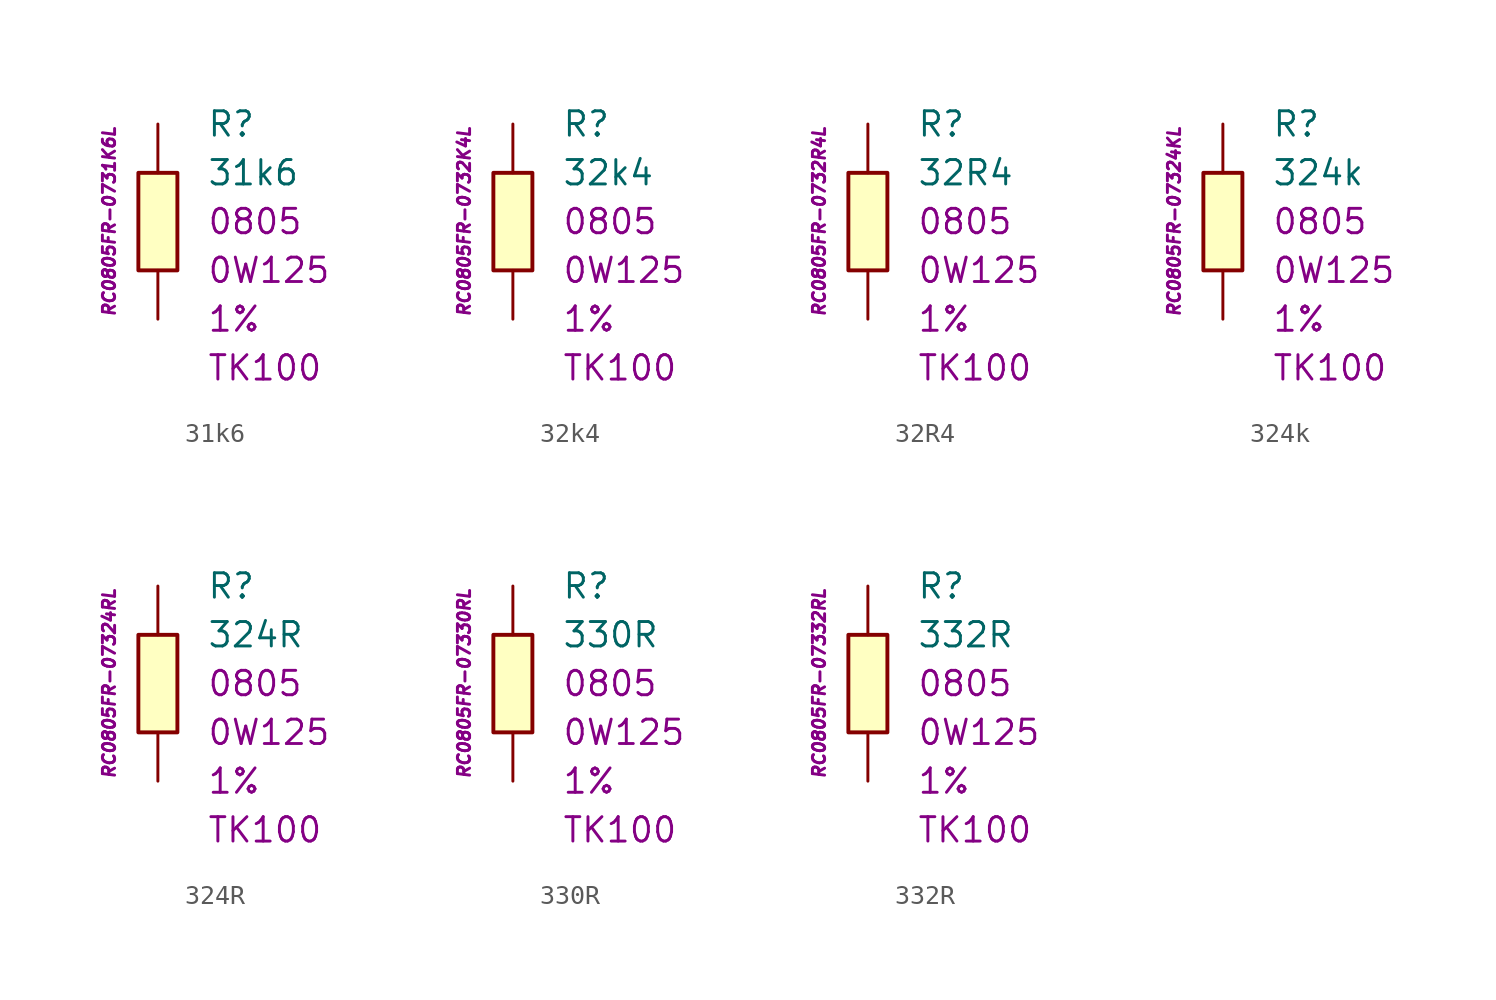
<source format=kicad_sym>
(kicad_symbol_lib
  (version 20201005)
  (generator kicad_symbol_editor)
  (symbol "31k6"
    (pin_numbers hide)
    (pin_names
      (offset 1.016) hide)
    (property "Reference" "R"
      (at 2.54 5.08 0)
      (effects (font (size 1.27 1.27)) (justify left)))
    (property "Value" "31k6"
      (at 2.54 2.54 0)
      (effects (font (size 1.27 1.27)) (justify left)))
    (property "Package" "0805"
      (at 2.54 0 0)
      (effects (font (size 1.27 1.27)) (justify left)))
    (property "Power" "0W125"
      (at 2.54 -2.54 0)
      (effects (font (size 1.27 1.27)) (justify left)))
    (property "Tolerance" "1%"
      (at 2.54 -5.08 0)
      (effects (font (size 1.27 1.27)) (justify left)))
    (property "TK" "TK100"
      (at 2.54 -7.62 0)
      (effects (font (size 1.27 1.27)) (justify left)))
    (property "ID" "RC0805FR-0731K6L"
      (at -2.54 0 90)
      (effects (font (size 0.635 0.635) italic)))
    (symbol "31k6_0_1"
      (rectangle (start -1.016 2.54) (end 1.016 -2.54) (stroke (width 0.203)) (fill (type background))))
    (symbol "31k6_1_1"
      (pin passive line (at 0 5.08 270) (length 2.54) (name "~" (effects (font (size 1.778 1.778)))) (number "1" (effects (font (size 1.778 1.778)))))
      (pin passive line (at 0 -5.08 90) (length 2.54) (name "~" (effects (font (size 1.778 1.778)))) (number "2" (effects (font (size 1.778 1.778)))))))
  (symbol "32k4"
    (pin_numbers hide)
    (pin_names
      (offset 1.016) hide)
    (property "Reference" "R"
      (at 2.54 5.08 0)
      (effects (font (size 1.27 1.27)) (justify left)))
    (property "Value" "32k4"
      (at 2.54 2.54 0)
      (effects (font (size 1.27 1.27)) (justify left)))
    (property "Package" "0805"
      (at 2.54 0 0)
      (effects (font (size 1.27 1.27)) (justify left)))
    (property "Power" "0W125"
      (at 2.54 -2.54 0)
      (effects (font (size 1.27 1.27)) (justify left)))
    (property "Tolerance" "1%"
      (at 2.54 -5.08 0)
      (effects (font (size 1.27 1.27)) (justify left)))
    (property "TK" "TK100"
      (at 2.54 -7.62 0)
      (effects (font (size 1.27 1.27)) (justify left)))
    (property "ID" "RC0805FR-0732K4L"
      (at -2.54 0 90)
      (effects (font (size 0.635 0.635) italic)))
    (symbol "32k4_0_1"
      (rectangle (start -1.016 2.54) (end 1.016 -2.54) (stroke (width 0.203)) (fill (type background))))
    (symbol "32k4_1_1"
      (pin passive line (at 0 5.08 270) (length 2.54) (name "~" (effects (font (size 1.778 1.778)))) (number "1" (effects (font (size 1.778 1.778)))))
      (pin passive line (at 0 -5.08 90) (length 2.54) (name "~" (effects (font (size 1.778 1.778)))) (number "2" (effects (font (size 1.778 1.778)))))))
  (symbol "32R4"
    (pin_numbers hide)
    (pin_names
      (offset 1.016) hide)
    (property "Reference" "R"
      (at 2.54 5.08 0)
      (effects (font (size 1.27 1.27)) (justify left)))
    (property "Value" "32R4"
      (at 2.54 2.54 0)
      (effects (font (size 1.27 1.27)) (justify left)))
    (property "Package" "0805"
      (at 2.54 0 0)
      (effects (font (size 1.27 1.27)) (justify left)))
    (property "Power" "0W125"
      (at 2.54 -2.54 0)
      (effects (font (size 1.27 1.27)) (justify left)))
    (property "Tolerance" "1%"
      (at 2.54 -5.08 0)
      (effects (font (size 1.27 1.27)) (justify left)))
    (property "TK" "TK100"
      (at 2.54 -7.62 0)
      (effects (font (size 1.27 1.27)) (justify left)))
    (property "ID" "RC0805FR-0732R4L"
      (at -2.54 0 90)
      (effects (font (size 0.635 0.635) italic)))
    (symbol "32R4_0_1"
      (rectangle (start -1.016 2.54) (end 1.016 -2.54) (stroke (width 0.203)) (fill (type background))))
    (symbol "32R4_1_1"
      (pin passive line (at 0 5.08 270) (length 2.54) (name "~" (effects (font (size 1.778 1.778)))) (number "1" (effects (font (size 1.778 1.778)))))
      (pin passive line (at 0 -5.08 90) (length 2.54) (name "~" (effects (font (size 1.778 1.778)))) (number "2" (effects (font (size 1.778 1.778)))))))
  (symbol "324k"
    (pin_numbers hide)
    (pin_names
      (offset 1.016) hide)
    (property "Reference" "R"
      (at 2.54 5.08 0)
      (effects (font (size 1.27 1.27)) (justify left)))
    (property "Value" "324k"
      (at 2.54 2.54 0)
      (effects (font (size 1.27 1.27)) (justify left)))
    (property "Package" "0805"
      (at 2.54 0 0)
      (effects (font (size 1.27 1.27)) (justify left)))
    (property "Power" "0W125"
      (at 2.54 -2.54 0)
      (effects (font (size 1.27 1.27)) (justify left)))
    (property "Tolerance" "1%"
      (at 2.54 -5.08 0)
      (effects (font (size 1.27 1.27)) (justify left)))
    (property "TK" "TK100"
      (at 2.54 -7.62 0)
      (effects (font (size 1.27 1.27)) (justify left)))
    (property "ID" "RC0805FR-07324KL"
      (at -2.54 0 90)
      (effects (font (size 0.635 0.635) italic)))
    (symbol "324k_0_1"
      (rectangle (start -1.016 2.54) (end 1.016 -2.54) (stroke (width 0.203)) (fill (type background))))
    (symbol "324k_1_1"
      (pin passive line (at 0 5.08 270) (length 2.54) (name "~" (effects (font (size 1.778 1.778)))) (number "1" (effects (font (size 1.778 1.778)))))
      (pin passive line (at 0 -5.08 90) (length 2.54) (name "~" (effects (font (size 1.778 1.778)))) (number "2" (effects (font (size 1.778 1.778)))))))
  (symbol "324R"
    (pin_numbers hide)
    (pin_names
      (offset 1.016) hide)
    (property "Reference" "R"
      (at 2.54 5.08 0)
      (effects (font (size 1.27 1.27)) (justify left)))
    (property "Value" "324R"
      (at 2.54 2.54 0)
      (effects (font (size 1.27 1.27)) (justify left)))
    (property "Package" "0805"
      (at 2.54 0 0)
      (effects (font (size 1.27 1.27)) (justify left)))
    (property "Power" "0W125"
      (at 2.54 -2.54 0)
      (effects (font (size 1.27 1.27)) (justify left)))
    (property "Tolerance" "1%"
      (at 2.54 -5.08 0)
      (effects (font (size 1.27 1.27)) (justify left)))
    (property "TK" "TK100"
      (at 2.54 -7.62 0)
      (effects (font (size 1.27 1.27)) (justify left)))
    (property "ID" "RC0805FR-07324RL"
      (at -2.54 0 90)
      (effects (font (size 0.635 0.635) italic)))
    (symbol "324R_0_1"
      (rectangle (start -1.016 2.54) (end 1.016 -2.54) (stroke (width 0.203)) (fill (type background))))
    (symbol "324R_1_1"
      (pin passive line (at 0 5.08 270) (length 2.54) (name "~" (effects (font (size 1.778 1.778)))) (number "1" (effects (font (size 1.778 1.778)))))
      (pin passive line (at 0 -5.08 90) (length 2.54) (name "~" (effects (font (size 1.778 1.778)))) (number "2" (effects (font (size 1.778 1.778)))))))
  (symbol "330R"
    (pin_numbers hide)
    (pin_names
      (offset 1.016) hide)
    (property "Reference" "R"
      (at 2.54 5.08 0)
      (effects (font (size 1.27 1.27)) (justify left)))
    (property "Value" "330R"
      (at 2.54 2.54 0)
      (effects (font (size 1.27 1.27)) (justify left)))
    (property "Package" "0805"
      (at 2.54 0 0)
      (effects (font (size 1.27 1.27)) (justify left)))
    (property "Power" "0W125"
      (at 2.54 -2.54 0)
      (effects (font (size 1.27 1.27)) (justify left)))
    (property "Tolerance" "1%"
      (at 2.54 -5.08 0)
      (effects (font (size 1.27 1.27)) (justify left)))
    (property "TK" "TK100"
      (at 2.54 -7.62 0)
      (effects (font (size 1.27 1.27)) (justify left)))
    (property "ID" "RC0805FR-07330RL"
      (at -2.54 0 90)
      (effects (font (size 0.635 0.635) italic)))
    (symbol "330R_0_1"
      (rectangle (start -1.016 2.54) (end 1.016 -2.54) (stroke (width 0.203)) (fill (type background))))
    (symbol "330R_1_1"
      (pin passive line (at 0 5.08 270) (length 2.54) (name "~" (effects (font (size 1.778 1.778)))) (number "1" (effects (font (size 1.778 1.778)))))
      (pin passive line (at 0 -5.08 90) (length 2.54) (name "~" (effects (font (size 1.778 1.778)))) (number "2" (effects (font (size 1.778 1.778)))))))
  (symbol "332R"
    (pin_numbers hide)
    (pin_names
      (offset 1.016) hide)
    (property "Reference" "R"
      (at 2.54 5.08 0)
      (effects (font (size 1.27 1.27)) (justify left)))
    (property "Value" "332R"
      (at 2.54 2.54 0)
      (effects (font (size 1.27 1.27)) (justify left)))
    (property "Package" "0805"
      (at 2.54 0 0)
      (effects (font (size 1.27 1.27)) (justify left)))
    (property "Power" "0W125"
      (at 2.54 -2.54 0)
      (effects (font (size 1.27 1.27)) (justify left)))
    (property "Tolerance" "1%"
      (at 2.54 -5.08 0)
      (effects (font (size 1.27 1.27)) (justify left)))
    (property "TK" "TK100"
      (at 2.54 -7.62 0)
      (effects (font (size 1.27 1.27)) (justify left)))
    (property "ID" "RC0805FR-07332RL"
      (at -2.54 0 90)
      (effects (font (size 0.635 0.635) italic)))
    (symbol "332R_0_1"
      (rectangle (start -1.016 2.54) (end 1.016 -2.54) (stroke (width 0.203)) (fill (type background))))
    (symbol "332R_1_1"
      (pin passive line (at 0 5.08 270) (length 2.54) (name "~" (effects (font (size 1.778 1.778)))) (number "1" (effects (font (size 1.778 1.778)))))
      (pin passive line (at 0 -5.08 90) (length 2.54) (name "~" (effects (font (size 1.778 1.778)))) (number "2" (effects (font (size 1.778 1.778))))))))
</source>
